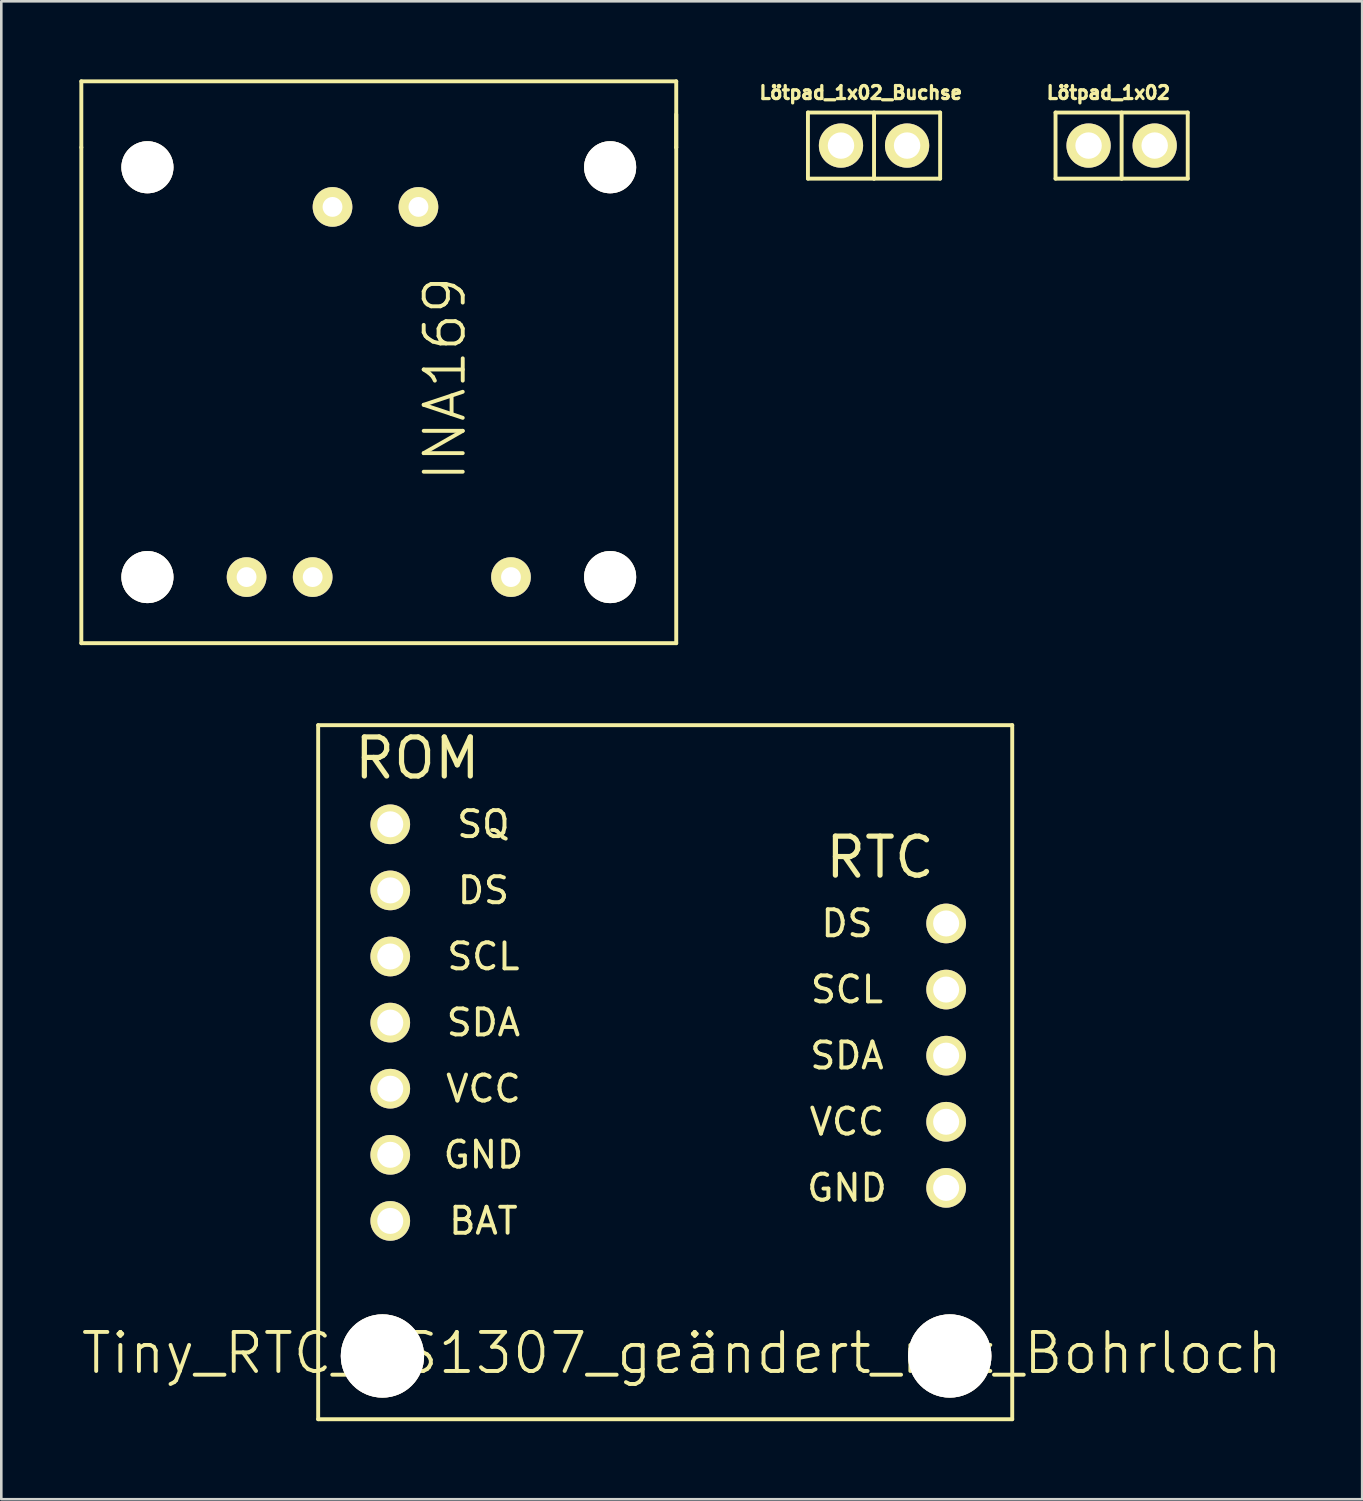
<source format=kicad_pcb>
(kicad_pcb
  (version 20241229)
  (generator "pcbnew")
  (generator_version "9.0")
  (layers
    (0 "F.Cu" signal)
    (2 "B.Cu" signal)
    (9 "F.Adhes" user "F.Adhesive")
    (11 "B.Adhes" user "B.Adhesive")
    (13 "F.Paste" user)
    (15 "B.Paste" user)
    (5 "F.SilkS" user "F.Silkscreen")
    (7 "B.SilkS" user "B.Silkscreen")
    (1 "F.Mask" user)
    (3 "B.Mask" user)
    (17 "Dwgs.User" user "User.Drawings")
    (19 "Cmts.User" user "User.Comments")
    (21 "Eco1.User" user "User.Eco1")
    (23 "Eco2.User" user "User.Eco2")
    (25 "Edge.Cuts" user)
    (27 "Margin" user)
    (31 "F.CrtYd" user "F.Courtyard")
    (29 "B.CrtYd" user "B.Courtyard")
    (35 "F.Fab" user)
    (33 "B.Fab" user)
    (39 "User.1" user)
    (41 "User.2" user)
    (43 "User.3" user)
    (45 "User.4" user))
  (footprint "Lötpad_1x02"
    (layer "F.Cu")
    (at 40.05 2.544)
    (property "Reference" "Lötpad_1x02" (at -0.508 -2.032 0) (layer "F.SilkS") (effects (font (size 0.5 0.5) (thickness 0.125))))
    (attr through_hole)
    (fp_line (start -2.54 -1.27) (end -2.54 1.27) (stroke (width 0.15) (type solid)) (layer "F.SilkS"))
    (fp_line (start -2.54 1.27) (end 0 1.27) (stroke (width 0.15) (type solid)) (layer "F.SilkS"))
    (fp_line (start 0 -1.27) (end 0 1.27) (stroke (width 0.15) (type solid)) (layer "F.SilkS"))
    (fp_line (start 0 1.27) (end 2.54 1.27) (stroke (width 0.15) (type solid)) (layer "F.SilkS"))
    (fp_line (start 2.54 -1.27) (end -2.54 -1.27) (stroke (width 0.15) (type solid)) (layer "F.SilkS"))
    (fp_line (start 2.54 1.27) (end 2.54 -1.27) (stroke (width 0.15) (type solid)) (layer "F.SilkS"))
    (pad "1" thru_hole circle (at -1.27 0) (size 1.7 1.7) (drill 1.016) (layers "*.Cu" "*.Mask" "F.SilkS"))
    (pad "2" thru_hole circle (at 1.27 0) (size 1.7 1.7) (drill 1.016) (layers "*.Cu" "*.Mask" "F.SilkS")))
  (footprint "Lötpad_1x02_Buchse"
    (layer "F.Cu")
    (at 30.536 2.544)
    (property "Reference" "Lötpad_1x02_Buchse" (at -0.508 -2.032 0) (layer "F.SilkS") (effects (font (size 0.5 0.5) (thickness 0.125))))
    (attr through_hole)
    (fp_line (start -2.54 -1.27) (end -2.54 1.27) (stroke (width 0.15) (type solid)) (layer "F.SilkS"))
    (fp_line (start -2.54 1.27) (end 0 1.27) (stroke (width 0.15) (type solid)) (layer "F.SilkS"))
    (fp_line (start 0 -1.27) (end 0 1.27) (stroke (width 0.15) (type solid)) (layer "F.SilkS"))
    (fp_line (start 0 1.27) (end 2.54 1.27) (stroke (width 0.15) (type solid)) (layer "F.SilkS"))
    (fp_line (start 2.54 -1.27) (end -2.54 -1.27) (stroke (width 0.15) (type solid)) (layer "F.SilkS"))
    (fp_line (start 2.54 1.27) (end 2.54 -1.27) (stroke (width 0.15) (type solid)) (layer "F.SilkS"))
    (pad "1" thru_hole circle (at -1.27 0) (size 1.7 1.7) (drill 1.016) (layers "*.Cu" "*.Mask" "F.SilkS"))
    (pad "2" thru_hole circle (at 1.27 0) (size 1.7 1.7) (drill 1.016) (layers "*.Cu" "*.Mask" "F.SilkS")))
  (footprint "Tiny_RTC_DS1307_geändert_mit_Bohrloch"
    (layer "F.Cu")
    (at 23.146 40.055)
    (property "Reference" "Tiny_RTC_DS1307_geändert_mit_Bohrloch" (at 0 8.89 0) (layer "F.SilkS") (effects (font (size 1.5 1.5) (thickness 0.15))))
    (attr through_hole)
    (fp_line (start -13.97 -15.24) (end 12.7 -15.24) (stroke (width 0.15) (type solid)) (layer "F.SilkS"))
    (fp_line (start -13.97 11.43) (end -13.97 -15.24) (stroke (width 0.15) (type solid)) (layer "F.SilkS"))
    (fp_line (start 12.7 -15.24) (end 12.7 11.43) (stroke (width 0.15) (type solid)) (layer "F.SilkS"))
    (fp_line (start 12.7 11.43) (end -13.97 11.43) (stroke (width 0.15) (type solid)) (layer "F.SilkS"))
    (fp_text user "SDA" (at -7.62 -3.81 0) (layer "F.SilkS") (effects (font (size 1 1) (thickness 0.15))))
    (fp_text user "SCL" (at 6.35 -5.08 0) (layer "F.SilkS") (effects (font (size 1 1) (thickness 0.15))))
    (fp_text user "ROM" (at -10.16 -13.97 0) (layer "F.SilkS") (effects (font (size 1.5 1.5) (thickness 0.2))))
    (fp_text user "VCC" (at 6.35 0 0) (layer "F.SilkS") (effects (font (size 1 1) (thickness 0.15))))
    (fp_text user "DS" (at 6.35 -7.62 0) (layer "F.SilkS") (effects (font (size 1 1) (thickness 0.15))))
    (fp_text user "SCL" (at -7.62 -6.35 0) (layer "F.SilkS") (effects (font (size 1 1) (thickness 0.15))))
    (fp_text user "SDA" (at 6.35 -2.54 0) (layer "F.SilkS") (effects (font (size 1 1) (thickness 0.15))))
    (fp_text user "GND" (at -7.62 1.27 0) (layer "F.SilkS") (effects (font (size 1 1) (thickness 0.15))))
    (fp_text user "VCC" (at -7.62 -1.27 0) (layer "F.SilkS") (effects (font (size 1 1) (thickness 0.15))))
    (fp_text user "RTC" (at 7.62 -10.16 0) (layer "F.SilkS") (effects (font (size 1.5 1.5) (thickness 0.2))))
    (fp_text user "GND" (at 6.35 2.54 0) (layer "F.SilkS") (effects (font (size 1 1) (thickness 0.15))))
    (fp_text user "BAT" (at -7.62 3.81 0) (layer "F.SilkS") (effects (font (size 1 1) (thickness 0.15))))
    (fp_text user "SQ" (at -7.62 -11.43 0) (layer "F.SilkS") (effects (font (size 1 1) (thickness 0.15))))
    (fp_text user "DS" (at -7.62 -8.89 0) (layer "F.SilkS") (effects (font (size 1 1) (thickness 0.15))))
    (pad "1" thru_hole circle (at -11.2 3.81) (size 1.524 1.524) (drill 1) (layers "*.Cu" "*.Mask" "F.SilkS"))
    (pad "2" thru_hole circle (at -11.2 1.27) (size 1.524 1.524) (drill 1) (layers "*.Cu" "*.Mask" "F.SilkS"))
    (pad "3" thru_hole circle (at -11.2 -1.27) (size 1.524 1.524) (drill 1) (layers "*.Cu" "*.Mask" "F.SilkS"))
    (pad "4" thru_hole circle (at -11.2 -3.81) (size 1.524 1.524) (drill 1) (layers "*.Cu" "*.Mask" "F.SilkS"))
    (pad "5" thru_hole circle (at -11.2 -6.35) (size 1.524 1.524) (drill 1) (layers "*.Cu" "*.Mask" "F.SilkS"))
    (pad "6" thru_hole circle (at -11.2 -8.89) (size 1.524 1.524) (drill 1) (layers "*.Cu" "*.Mask" "F.SilkS"))
    (pad "7" thru_hole circle (at -11.2 -11.43) (size 1.524 1.524) (drill 1) (layers "*.Cu" "*.Mask" "F.SilkS"))
    (pad "8" thru_hole circle (at 10.16 2.54) (size 1.524 1.524) (drill 1) (layers "*.Cu" "*.Mask" "F.SilkS"))
    (pad "9" thru_hole circle (at 10.16 0) (size 1.524 1.524) (drill 1) (layers "*.Cu" "*.Mask" "F.SilkS"))
    (pad "10" thru_hole circle (at 10.16 -2.54) (size 1.524 1.524) (drill 1) (layers "*.Cu" "*.Mask" "F.SilkS"))
    (pad "11" thru_hole circle (at 10.16 -5.08) (size 1.524 1.524) (drill 1) (layers "*.Cu" "*.Mask" "F.SilkS"))
    (pad "12" thru_hole circle (at 10.16 -7.62) (size 1.524 1.524) (drill 1) (layers "*.Cu" "*.Mask" "F.SilkS"))
    (pad "~" thru_hole circle (at -11.5 9) (size 3.2 3.2) (drill 3.2) (layers "*.Cu" "*.Mask" "F.SilkS"))
    (pad "~" thru_hole circle (at 10.3 9) (size 3.2 3.2) (drill 3.2) (layers "*.Cu" "*.Mask" "F.SilkS")))
  (footprint "INA169"
    (layer "F.Cu")
    (at 11.505 11.505)
    (property "Reference" "INA169" (at 2.54 0 90) (layer "F.SilkS") (effects (font (size 1.5 1.5) (thickness 0.15))))
    (attr through_hole)
    (fp_line (start -11.43 -11.43) (end 11.43 -11.43) (stroke (width 0.15) (type solid)) (layer "F.SilkS"))
    (fp_line (start -11.43 -8.89) (end -11.43 -11.43) (stroke (width 0.15) (type solid)) (layer "F.SilkS"))
    (fp_line (start -11.43 -8.89) (end -11.43 10.16) (stroke (width 0.15) (type solid)) (layer "F.SilkS"))
    (fp_line (start 11.43 -11.43) (end 11.43 -8.89) (stroke (width 0.15) (type solid)) (layer "F.SilkS"))
    (fp_line (start 11.43 -8.89) (end 11.43 -10.16) (stroke (width 0.15) (type solid)) (layer "F.SilkS"))
    (fp_line (start 11.43 10.16) (end -11.43 10.16) (stroke (width 0.15) (type solid)) (layer "F.SilkS"))
    (fp_line (start 11.43 10.16) (end 11.43 -8.89) (stroke (width 0.15) (type solid)) (layer "F.SilkS"))
    (pad "" thru_hole circle (at -8.89 -8.128) (size 2 2) (drill 2) (layers "*.Cu" "*.Mask" "F.SilkS"))
    (pad "" thru_hole circle (at -8.89 7.62) (size 2 2) (drill 2) (layers "*.Cu" "*.Mask" "F.SilkS"))
    (pad "" thru_hole circle (at 8.89 -8.128) (size 2 2) (drill 2) (layers "*.Cu" "*.Mask" "F.SilkS"))
    (pad "" thru_hole circle (at 8.89 7.62) (size 2 2) (drill 2) (layers "*.Cu" "*.Mask" "F.SilkS"))
    (pad "1" thru_hole circle (at -5.08 7.62) (size 1.524 1.524) (drill 0.762) (layers "*.Cu" "*.Mask" "F.SilkS"))
    (pad "2" thru_hole circle (at -2.54 7.62) (size 1.524 1.524) (drill 0.762) (layers "*.Cu" "*.Mask" "F.SilkS"))
    (pad "3" thru_hole circle (at 5.08 7.62) (size 1.524 1.524) (drill 0.762) (layers "*.Cu" "*.Mask" "F.SilkS"))
    (pad "4" thru_hole circle (at 1.524 -6.604) (size 1.524 1.524) (drill 0.762) (layers "*.Cu" "*.Mask" "F.SilkS"))
    (pad "5" thru_hole circle (at -1.778 -6.604) (size 1.524 1.524) (drill 0.762) (layers "*.Cu" "*.Mask" "F.SilkS")))
  (gr_rect
    (start -3 -3)
    (end 49.293 54.56)
    (stroke (width 0.1) (type default))
    (fill no)
    (layer "Edge.Cuts")))
</source>
